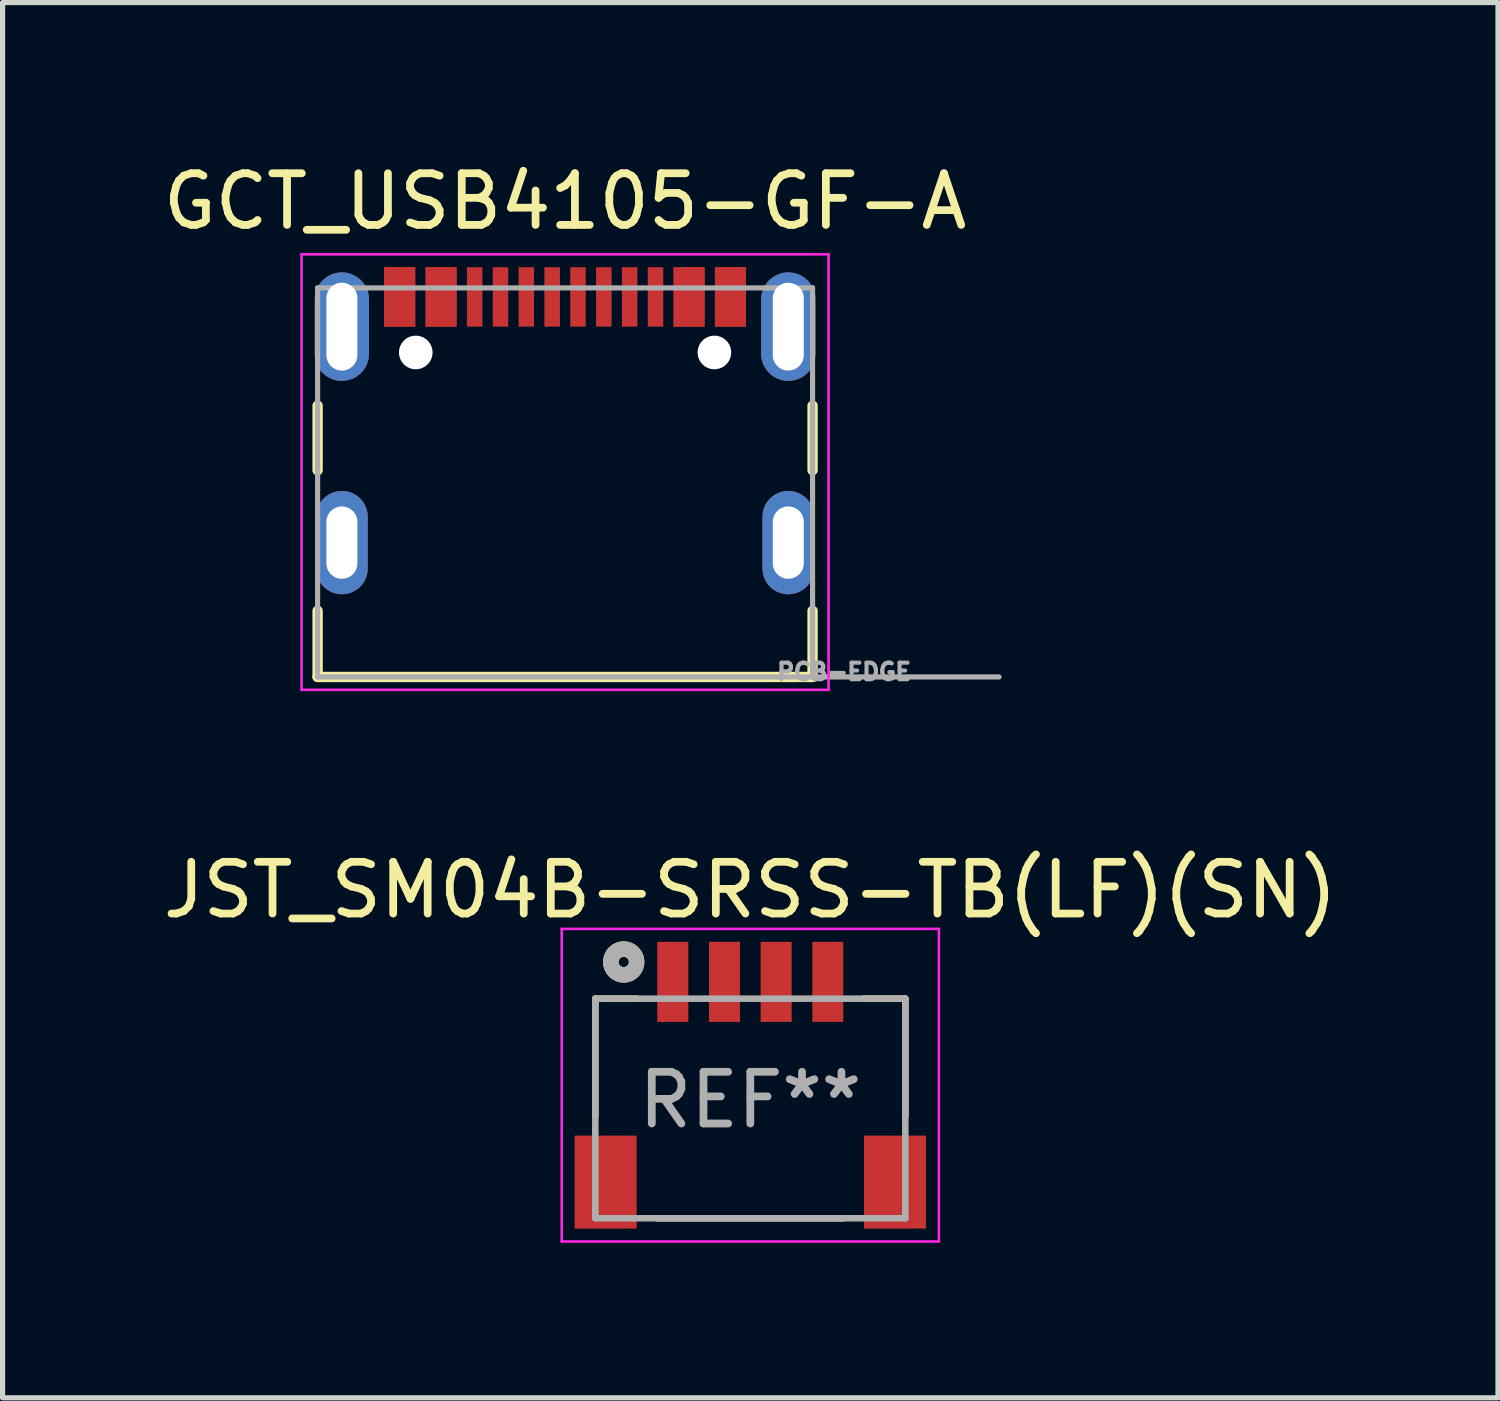
<source format=kicad_pcb>
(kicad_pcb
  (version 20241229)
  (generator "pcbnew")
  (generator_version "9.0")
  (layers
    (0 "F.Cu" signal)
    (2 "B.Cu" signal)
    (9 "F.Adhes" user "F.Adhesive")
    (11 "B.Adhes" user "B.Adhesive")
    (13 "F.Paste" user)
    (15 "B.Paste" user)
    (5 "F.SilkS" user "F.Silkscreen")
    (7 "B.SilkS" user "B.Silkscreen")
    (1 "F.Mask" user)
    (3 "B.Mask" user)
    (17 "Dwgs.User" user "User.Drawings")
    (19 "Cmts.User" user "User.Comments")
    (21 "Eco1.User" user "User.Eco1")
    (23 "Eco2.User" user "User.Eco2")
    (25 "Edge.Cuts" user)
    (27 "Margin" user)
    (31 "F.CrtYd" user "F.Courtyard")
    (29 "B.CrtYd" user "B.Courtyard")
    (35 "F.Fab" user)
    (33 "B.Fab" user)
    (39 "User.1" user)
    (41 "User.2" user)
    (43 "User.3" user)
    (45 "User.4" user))
  (footprint "JST_SM04B-SRSS-TB(LF)(SN)"
    (layer "F.Cu")
    (at 11.472 15.954)
    (property "Reference" "JST_SM04B-SRSS-TB(LF)(SN)" (at 0 -1.778 0) (layer "F.SilkS") (effects (font (size 1.001 1.001) (thickness 0.15))))
    (attr through_hole)
    (fp_line (start -3 0.325) (end -3 2.6) (stroke (width 0.127) (type solid)) (layer "F.SilkS"))
    (fp_line (start -2.2 0.325) (end -3 0.325) (stroke (width 0.127) (type solid)) (layer "F.SilkS"))
    (fp_line (start -1.8 4.575) (end 1.8 4.575) (stroke (width 0.127) (type solid)) (layer "F.SilkS"))
    (fp_line (start 2.2 0.325) (end 3 0.325) (stroke (width 0.127) (type solid)) (layer "F.SilkS"))
    (fp_line (start 3 0.325) (end 3 2.6) (stroke (width 0.127) (type solid)) (layer "F.SilkS"))
    (fp_circle (center -2.45 -0.385) (end -2.35 -0.385) (stroke (width 0.3) (type solid)) (fill no) (layer "F.SilkS"))
    (fp_line (start -3.65 -1.025) (end 3.65 -1.025) (stroke (width 0.05) (type solid)) (layer "F.CrtYd"))
    (fp_line (start -3.65 5.025) (end -3.65 -1.025) (stroke (width 0.05) (type solid)) (layer "F.CrtYd"))
    (fp_line (start 3.65 -1.025) (end 3.65 5.025) (stroke (width 0.05) (type solid)) (layer "F.CrtYd"))
    (fp_line (start 3.65 5.025) (end -3.65 5.025) (stroke (width 0.05) (type solid)) (layer "F.CrtYd"))
    (fp_line (start -3 0.325) (end 3 0.325) (stroke (width 0.127) (type solid)) (layer "F.Fab"))
    (fp_line (start -3 4.575) (end -3 0.325) (stroke (width 0.127) (type solid)) (layer "F.Fab"))
    (fp_line (start 3 0.325) (end 3 4.575) (stroke (width 0.127) (type solid)) (layer "F.Fab"))
    (fp_line (start 3 4.575) (end -3 4.575) (stroke (width 0.127) (type solid)) (layer "F.Fab"))
    (fp_circle (center -2.45 -0.385) (end -2.35 -0.385) (stroke (width 0.3) (type solid)) (fill no) (layer "F.Fab"))
    (fp_text user "REF**" (at 0 2.286 0) (layer "F.Fab") (effects (font (size 1.001 1.001) (thickness 0.15))))
    (pad "1" smd rect (at -1.5 0) (size 0.6 1.55) (layers "F.Cu" "F.Mask" "F.Paste"))
    (pad "2" smd rect (at -0.5 0) (size 0.6 1.55) (layers "F.Cu" "F.Mask" "F.Paste"))
    (pad "3" smd rect (at 0.5 0) (size 0.6 1.55) (layers "F.Cu" "F.Mask" "F.Paste"))
    (pad "4" smd rect (at 1.5 0) (size 0.6 1.55) (layers "F.Cu" "F.Mask" "F.Paste"))
    (pad "S1" smd rect (at -2.8 3.875) (size 1.2 1.8) (layers "F.Cu" "F.Mask" "F.Paste"))
    (pad "S1" smd rect (at 2.8 3.875) (size 1.2 1.8) (layers "F.Cu" "F.Mask" "F.Paste")))
  (footprint "GCT_USB4105-GF-A"
    (layer "F.Cu")
    (at 7.887 7.452)
    (property "Reference" "GCT_USB4105-GF-A" (at 0 -6.604 0) (layer "F.SilkS") (effects (font (size 1 1) (thickness 0.15))))
    (attr through_hole)
    (fp_line (start -4.79 -2.65) (end -4.79 -1.4) (stroke (width 0.2) (type solid)) (layer "F.SilkS"))
    (fp_line (start -4.79 1.32) (end -4.79 2.6) (stroke (width 0.2) (type solid)) (layer "F.SilkS"))
    (fp_line (start -4.79 2.6) (end 4.79 2.6) (stroke (width 0.2) (type solid)) (layer "F.SilkS"))
    (fp_line (start 4.79 -2.65) (end 4.79 -1.4) (stroke (width 0.2) (type solid)) (layer "F.SilkS"))
    (fp_line (start 4.79 2.6) (end 4.79 1.32) (stroke (width 0.2) (type solid)) (layer "F.SilkS"))
    (fp_line (start -5.1 -5.58) (end -5.1 2.85) (stroke (width 0.05) (type solid)) (layer "F.CrtYd"))
    (fp_line (start -5.1 2.85) (end 5.1 2.85) (stroke (width 0.05) (type solid)) (layer "F.CrtYd"))
    (fp_line (start 5.1 -5.58) (end -5.1 -5.58) (stroke (width 0.05) (type solid)) (layer "F.CrtYd"))
    (fp_line (start 5.1 2.85) (end 5.1 -5.58) (stroke (width 0.05) (type solid)) (layer "F.CrtYd"))
    (fp_line (start -4.79 -4.93) (end 4.79 -4.93) (stroke (width 0.1) (type solid)) (layer "F.Fab"))
    (fp_line (start -4.79 2.6) (end -4.79 -4.93) (stroke (width 0.1) (type solid)) (layer "F.Fab"))
    (fp_line (start 4.79 -4.93) (end 4.79 2.6) (stroke (width 0.1) (type solid)) (layer "F.Fab"))
    (fp_line (start 4.79 2.6) (end -4.79 2.6) (stroke (width 0.1) (type solid)) (layer "F.Fab"))
    (fp_line (start 4.8 2.6) (end 8.4 2.6) (stroke (width 0.1) (type solid)) (layer "F.Fab"))
    (fp_text user "PCB-EDGE" (at 5.4 2.5 0) (layer "F.Fab") (effects (font (size 0.32 0.32) (thickness 0.15))))
    (pad "" np_thru_hole circle (at -2.89 -3.68) (size 0.65 0.65) (drill 0.65) (layers "*.Cu" "*.Mask"))
    (pad "" np_thru_hole circle (at 2.89 -3.68) (size 0.65 0.65) (drill 0.65) (layers "*.Cu" "*.Mask"))
    (pad "A1" smd rect (at -3.2 -4.755) (size 0.6 1.15) (layers "F.Cu" "F.Mask" "F.Paste"))
    (pad "A4" smd rect (at -2.4 -4.755) (size 0.6 1.15) (layers "F.Cu" "F.Mask" "F.Paste"))
    (pad "A5" smd rect (at -1.25 -4.755) (size 0.3 1.15) (layers "F.Cu" "F.Mask" "F.Paste"))
    (pad "A6" smd rect (at -0.25 -4.755) (size 0.3 1.15) (layers "F.Cu" "F.Mask" "F.Paste"))
    (pad "A7" smd rect (at 0.25 -4.755) (size 0.3 1.15) (layers "F.Cu" "F.Mask" "F.Paste"))
    (pad "A8" smd rect (at 1.25 -4.755) (size 0.3 1.15) (layers "F.Cu" "F.Mask" "F.Paste"))
    (pad "A9" smd rect (at 2.4 -4.755) (size 0.6 1.15) (layers "F.Cu" "F.Mask" "F.Paste"))
    (pad "A12" smd rect (at 3.2 -4.755) (size 0.6 1.15) (layers "F.Cu" "F.Mask" "F.Paste"))
    (pad "B1" smd rect (at 3.2 -4.755) (size 0.6 1.15) (layers "F.Cu" "F.Mask" "F.Paste"))
    (pad "B4" smd rect (at 2.4 -4.755) (size 0.6 1.15) (layers "F.Cu" "F.Mask" "F.Paste"))
    (pad "B5" smd rect (at 1.75 -4.755) (size 0.3 1.15) (layers "F.Cu" "F.Mask" "F.Paste"))
    (pad "B6" smd rect (at 0.75 -4.755) (size 0.3 1.15) (layers "F.Cu" "F.Mask" "F.Paste"))
    (pad "B7" smd rect (at -0.75 -4.755) (size 0.3 1.15) (layers "F.Cu" "F.Mask" "F.Paste"))
    (pad "B8" smd rect (at -1.75 -4.755) (size 0.3 1.15) (layers "F.Cu" "F.Mask" "F.Paste"))
    (pad "B9" smd rect (at -2.4 -4.755) (size 0.6 1.15) (layers "F.Cu" "F.Mask" "F.Paste"))
    (pad "B12" smd rect (at -3.2 -4.755) (size 0.6 1.15) (layers "F.Cu" "F.Mask" "F.Paste"))
    (pad "S1" thru_hole oval (at -4.32 -4.18) (size 1.05 2.1) (drill oval 0.6 1.7) (layers "*.Cu" "*.Mask"))
    (pad "S1" thru_hole oval (at -4.32 0) (size 1 2) (drill oval 0.6 1.4) (layers "*.Cu" "*.Mask"))
    (pad "S1" thru_hole oval (at 4.32 -4.18) (size 1.05 2.1) (drill oval 0.6 1.7) (layers "*.Cu" "*.Mask"))
    (pad "S1" thru_hole oval (at 4.32 0) (size 1 2) (drill oval 0.6 1.4) (layers "*.Cu" "*.Mask")))
  (gr_rect
    (start -3 -3)
    (end 25.943 24.004)
    (stroke (width 0.1) (type default))
    (fill no)
    (layer "Edge.Cuts")))
</source>
